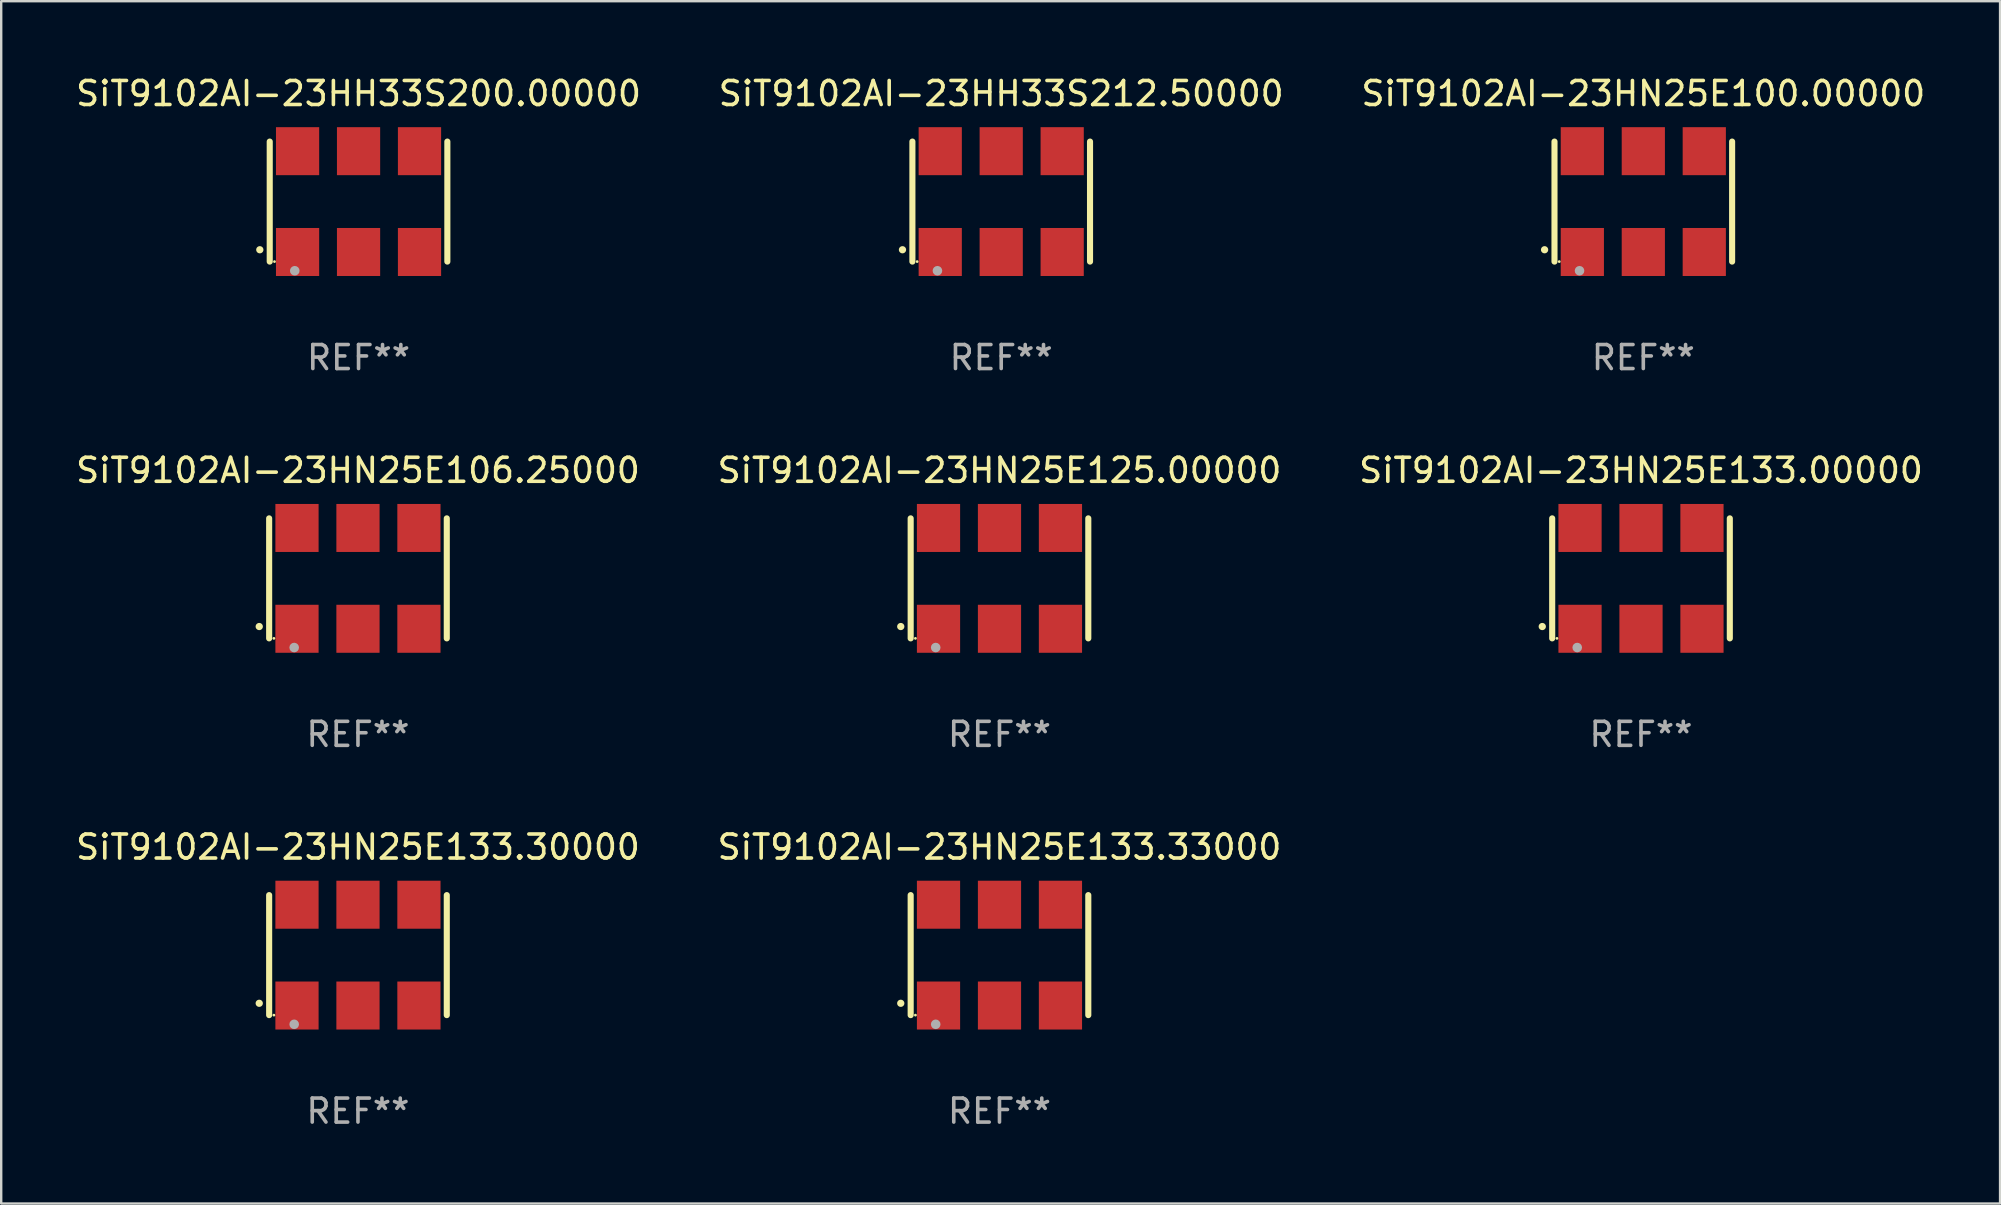
<source format=kicad_pcb>
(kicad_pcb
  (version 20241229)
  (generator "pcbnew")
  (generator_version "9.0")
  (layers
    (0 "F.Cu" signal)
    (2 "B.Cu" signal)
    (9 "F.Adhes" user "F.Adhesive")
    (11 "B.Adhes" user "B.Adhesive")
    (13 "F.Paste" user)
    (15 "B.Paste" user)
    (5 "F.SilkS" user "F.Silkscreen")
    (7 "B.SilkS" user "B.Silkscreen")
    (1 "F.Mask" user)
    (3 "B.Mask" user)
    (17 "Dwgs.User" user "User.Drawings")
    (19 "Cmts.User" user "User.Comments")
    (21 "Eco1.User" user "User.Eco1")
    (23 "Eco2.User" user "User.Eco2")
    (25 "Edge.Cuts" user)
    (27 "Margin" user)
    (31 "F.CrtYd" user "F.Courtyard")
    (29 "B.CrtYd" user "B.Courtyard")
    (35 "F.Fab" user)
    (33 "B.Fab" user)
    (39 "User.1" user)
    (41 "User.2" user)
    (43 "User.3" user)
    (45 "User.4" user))
  (footprint "SiT9102AI-23HN25E106.25000"
    (layer "F.Cu")
    (at 11.863 21.045)
    (property "Reference" "SiT9102AI-23HN25E106.25000" (at 0 -4.5 0) (layer "F.SilkS") (effects (font (size 1 1) (thickness 0.15))))
    (attr through_hole)
    (fp_line (start -3.7 -2.5) (end -3.7 2.5) (stroke (width 0.254) (type solid)) (layer "F.SilkS"))
    (fp_line (start 3.7 -2.5) (end 3.7 2.5) (stroke (width 0.254) (type solid)) (layer "F.SilkS"))
    (fp_arc (start -4.114415 2.006604) (mid -4.113145 2.006599) (end -4.111875 2.006604) (stroke (width 0.3) (type solid)) (layer "F.SilkS"))
    (fp_circle (center -3.502 2.5) (end -3.472 2.5) (stroke (width 0.06) (type solid)) (fill no) (layer "F.SilkS"))
    (fp_circle (center -2.657 2.882) (end -2.557 2.882) (stroke (width 0.2) (type solid)) (fill no) (layer "F.Fab"))
    (fp_text user "REF**" (at 0 6.5 0) (layer "F.Fab") (effects (font (size 1 1) (thickness 0.15))))
    (pad "1" smd rect (at -2.54 2.1) (size 1.8 2) (layers "F.Cu" "F.Mask" "F.Paste"))
    (pad "2" smd rect (at 0.000394 2.1) (size 1.8 2) (layers "F.Cu" "F.Mask" "F.Paste"))
    (pad "3" smd rect (at 2.54 2.1) (size 1.8 2) (layers "F.Cu" "F.Mask" "F.Paste"))
    (pad "4" smd rect (at 2.54 -2.1) (size 1.8 2) (layers "F.Cu" "F.Mask" "F.Paste"))
    (pad "5" smd rect (at 0.000394 -2.1) (size 1.8 2) (layers "F.Cu" "F.Mask" "F.Paste"))
    (pad "6" smd rect (at -2.54 -2.1) (size 1.8 2) (layers "F.Cu" "F.Mask" "F.Paste")))
  (footprint "SiT9102AI-23HH33S212.50000"
    (layer "F.Cu")
    (at 38.661 5.348)
    (property "Reference" "SiT9102AI-23HH33S212.50000" (at 0 -4.5 0) (layer "F.SilkS") (effects (font (size 1 1) (thickness 0.15))))
    (attr through_hole)
    (fp_line (start -3.7 -2.5) (end -3.7 2.5) (stroke (width 0.254) (type solid)) (layer "F.SilkS"))
    (fp_line (start 3.7 -2.5) (end 3.7 2.5) (stroke (width 0.254) (type solid)) (layer "F.SilkS"))
    (fp_arc (start -4.114415 2.006604) (mid -4.113145 2.006599) (end -4.111875 2.006604) (stroke (width 0.3) (type solid)) (layer "F.SilkS"))
    (fp_circle (center -3.502 2.5) (end -3.472 2.5) (stroke (width 0.06) (type solid)) (fill no) (layer "F.SilkS"))
    (fp_circle (center -2.657 2.882) (end -2.557 2.882) (stroke (width 0.2) (type solid)) (fill no) (layer "F.Fab"))
    (fp_text user "REF**" (at 0 6.5 0) (layer "F.Fab") (effects (font (size 1 1) (thickness 0.15))))
    (pad "1" smd rect (at -2.54 2.1) (size 1.8 2) (layers "F.Cu" "F.Mask" "F.Paste"))
    (pad "2" smd rect (at 0.000394 2.1) (size 1.8 2) (layers "F.Cu" "F.Mask" "F.Paste"))
    (pad "3" smd rect (at 2.54 2.1) (size 1.8 2) (layers "F.Cu" "F.Mask" "F.Paste"))
    (pad "4" smd rect (at 2.54 -2.1) (size 1.8 2) (layers "F.Cu" "F.Mask" "F.Paste"))
    (pad "5" smd rect (at 0.000394 -2.1) (size 1.8 2) (layers "F.Cu" "F.Mask" "F.Paste"))
    (pad "6" smd rect (at -2.54 -2.1) (size 1.8 2) (layers "F.Cu" "F.Mask" "F.Paste")))
  (footprint "SiT9102AI-23HN25E133.30000"
    (layer "F.Cu")
    (at 11.863 36.741)
    (property "Reference" "SiT9102AI-23HN25E133.30000" (at 0 -4.5 0) (layer "F.SilkS") (effects (font (size 1 1) (thickness 0.15))))
    (attr through_hole)
    (fp_line (start -3.7 -2.5) (end -3.7 2.5) (stroke (width 0.254) (type solid)) (layer "F.SilkS"))
    (fp_line (start 3.7 -2.5) (end 3.7 2.5) (stroke (width 0.254) (type solid)) (layer "F.SilkS"))
    (fp_arc (start -4.114415 2.006604) (mid -4.113145 2.006599) (end -4.111875 2.006604) (stroke (width 0.3) (type solid)) (layer "F.SilkS"))
    (fp_circle (center -3.502 2.5) (end -3.472 2.5) (stroke (width 0.06) (type solid)) (fill no) (layer "F.SilkS"))
    (fp_circle (center -2.657 2.882) (end -2.557 2.882) (stroke (width 0.2) (type solid)) (fill no) (layer "F.Fab"))
    (fp_text user "REF**" (at 0 6.5 0) (layer "F.Fab") (effects (font (size 1 1) (thickness 0.15))))
    (pad "1" smd rect (at -2.54 2.1) (size 1.8 2) (layers "F.Cu" "F.Mask" "F.Paste"))
    (pad "2" smd rect (at 0.000394 2.1) (size 1.8 2) (layers "F.Cu" "F.Mask" "F.Paste"))
    (pad "3" smd rect (at 2.54 2.1) (size 1.8 2) (layers "F.Cu" "F.Mask" "F.Paste"))
    (pad "4" smd rect (at 2.54 -2.1) (size 1.8 2) (layers "F.Cu" "F.Mask" "F.Paste"))
    (pad "5" smd rect (at 0.000394 -2.1) (size 1.8 2) (layers "F.Cu" "F.Mask" "F.Paste"))
    (pad "6" smd rect (at -2.54 -2.1) (size 1.8 2) (layers "F.Cu" "F.Mask" "F.Paste")))
  (footprint "SiT9102AI-23HN25E133.33000"
    (layer "F.Cu")
    (at 38.589 36.741)
    (property "Reference" "SiT9102AI-23HN25E133.33000" (at 0 -4.5 0) (layer "F.SilkS") (effects (font (size 1 1) (thickness 0.15))))
    (attr through_hole)
    (fp_line (start -3.7 -2.5) (end -3.7 2.5) (stroke (width 0.254) (type solid)) (layer "F.SilkS"))
    (fp_line (start 3.7 -2.5) (end 3.7 2.5) (stroke (width 0.254) (type solid)) (layer "F.SilkS"))
    (fp_arc (start -4.114415 2.006604) (mid -4.113145 2.006599) (end -4.111875 2.006604) (stroke (width 0.3) (type solid)) (layer "F.SilkS"))
    (fp_circle (center -3.502 2.5) (end -3.472 2.5) (stroke (width 0.06) (type solid)) (fill no) (layer "F.SilkS"))
    (fp_circle (center -2.657 2.882) (end -2.557 2.882) (stroke (width 0.2) (type solid)) (fill no) (layer "F.Fab"))
    (fp_text user "REF**" (at 0 6.5 0) (layer "F.Fab") (effects (font (size 1 1) (thickness 0.15))))
    (pad "1" smd rect (at -2.54 2.1) (size 1.8 2) (layers "F.Cu" "F.Mask" "F.Paste"))
    (pad "2" smd rect (at 0.000394 2.1) (size 1.8 2) (layers "F.Cu" "F.Mask" "F.Paste"))
    (pad "3" smd rect (at 2.54 2.1) (size 1.8 2) (layers "F.Cu" "F.Mask" "F.Paste"))
    (pad "4" smd rect (at 2.54 -2.1) (size 1.8 2) (layers "F.Cu" "F.Mask" "F.Paste"))
    (pad "5" smd rect (at 0.000394 -2.1) (size 1.8 2) (layers "F.Cu" "F.Mask" "F.Paste"))
    (pad "6" smd rect (at -2.54 -2.1) (size 1.8 2) (layers "F.Cu" "F.Mask" "F.Paste")))
  (footprint "SiT9102AI-23HN25E100.00000"
    (layer "F.Cu")
    (at 65.411 5.348)
    (property "Reference" "SiT9102AI-23HN25E100.00000" (at 0 -4.5 0) (layer "F.SilkS") (effects (font (size 1 1) (thickness 0.15))))
    (attr through_hole)
    (fp_line (start -3.7 -2.5) (end -3.7 2.5) (stroke (width 0.254) (type solid)) (layer "F.SilkS"))
    (fp_line (start 3.7 -2.5) (end 3.7 2.5) (stroke (width 0.254) (type solid)) (layer "F.SilkS"))
    (fp_arc (start -4.114415 2.006604) (mid -4.113145 2.006599) (end -4.111875 2.006604) (stroke (width 0.3) (type solid)) (layer "F.SilkS"))
    (fp_circle (center -3.502 2.5) (end -3.472 2.5) (stroke (width 0.06) (type solid)) (fill no) (layer "F.SilkS"))
    (fp_circle (center -2.657 2.882) (end -2.557 2.882) (stroke (width 0.2) (type solid)) (fill no) (layer "F.Fab"))
    (fp_text user "REF**" (at 0 6.5 0) (layer "F.Fab") (effects (font (size 1 1) (thickness 0.15))))
    (pad "1" smd rect (at -2.54 2.1) (size 1.8 2) (layers "F.Cu" "F.Mask" "F.Paste"))
    (pad "2" smd rect (at 0.000394 2.1) (size 1.8 2) (layers "F.Cu" "F.Mask" "F.Paste"))
    (pad "3" smd rect (at 2.54 2.1) (size 1.8 2) (layers "F.Cu" "F.Mask" "F.Paste"))
    (pad "4" smd rect (at 2.54 -2.1) (size 1.8 2) (layers "F.Cu" "F.Mask" "F.Paste"))
    (pad "5" smd rect (at 0.000394 -2.1) (size 1.8 2) (layers "F.Cu" "F.Mask" "F.Paste"))
    (pad "6" smd rect (at -2.54 -2.1) (size 1.8 2) (layers "F.Cu" "F.Mask" "F.Paste")))
  (footprint "SiT9102AI-23HH33S200.00000"
    (layer "F.Cu")
    (at 11.887 5.348)
    (property "Reference" "SiT9102AI-23HH33S200.00000" (at 0 -4.5 0) (layer "F.SilkS") (effects (font (size 1 1) (thickness 0.15))))
    (attr through_hole)
    (fp_line (start -3.7 -2.5) (end -3.7 2.5) (stroke (width 0.254) (type solid)) (layer "F.SilkS"))
    (fp_line (start 3.7 -2.5) (end 3.7 2.5) (stroke (width 0.254) (type solid)) (layer "F.SilkS"))
    (fp_arc (start -4.114415 2.006604) (mid -4.113145 2.006599) (end -4.111875 2.006604) (stroke (width 0.3) (type solid)) (layer "F.SilkS"))
    (fp_circle (center -3.502 2.5) (end -3.472 2.5) (stroke (width 0.06) (type solid)) (fill no) (layer "F.SilkS"))
    (fp_circle (center -2.657 2.882) (end -2.557 2.882) (stroke (width 0.2) (type solid)) (fill no) (layer "F.Fab"))
    (fp_text user "REF**" (at 0 6.5 0) (layer "F.Fab") (effects (font (size 1 1) (thickness 0.15))))
    (pad "1" smd rect (at -2.54 2.1) (size 1.8 2) (layers "F.Cu" "F.Mask" "F.Paste"))
    (pad "2" smd rect (at 0.000394 2.1) (size 1.8 2) (layers "F.Cu" "F.Mask" "F.Paste"))
    (pad "3" smd rect (at 2.54 2.1) (size 1.8 2) (layers "F.Cu" "F.Mask" "F.Paste"))
    (pad "4" smd rect (at 2.54 -2.1) (size 1.8 2) (layers "F.Cu" "F.Mask" "F.Paste"))
    (pad "5" smd rect (at 0.000394 -2.1) (size 1.8 2) (layers "F.Cu" "F.Mask" "F.Paste"))
    (pad "6" smd rect (at -2.54 -2.1) (size 1.8 2) (layers "F.Cu" "F.Mask" "F.Paste")))
  (footprint "SiT9102AI-23HN25E125.00000"
    (layer "F.Cu")
    (at 38.589 21.045)
    (property "Reference" "SiT9102AI-23HN25E125.00000" (at 0 -4.5 0) (layer "F.SilkS") (effects (font (size 1 1) (thickness 0.15))))
    (attr through_hole)
    (fp_line (start -3.7 -2.5) (end -3.7 2.5) (stroke (width 0.254) (type solid)) (layer "F.SilkS"))
    (fp_line (start 3.7 -2.5) (end 3.7 2.5) (stroke (width 0.254) (type solid)) (layer "F.SilkS"))
    (fp_arc (start -4.114415 2.006604) (mid -4.113145 2.006599) (end -4.111875 2.006604) (stroke (width 0.3) (type solid)) (layer "F.SilkS"))
    (fp_circle (center -3.502 2.5) (end -3.472 2.5) (stroke (width 0.06) (type solid)) (fill no) (layer "F.SilkS"))
    (fp_circle (center -2.657 2.882) (end -2.557 2.882) (stroke (width 0.2) (type solid)) (fill no) (layer "F.Fab"))
    (fp_text user "REF**" (at 0 6.5 0) (layer "F.Fab") (effects (font (size 1 1) (thickness 0.15))))
    (pad "1" smd rect (at -2.54 2.1) (size 1.8 2) (layers "F.Cu" "F.Mask" "F.Paste"))
    (pad "2" smd rect (at 0.000394 2.1) (size 1.8 2) (layers "F.Cu" "F.Mask" "F.Paste"))
    (pad "3" smd rect (at 2.54 2.1) (size 1.8 2) (layers "F.Cu" "F.Mask" "F.Paste"))
    (pad "4" smd rect (at 2.54 -2.1) (size 1.8 2) (layers "F.Cu" "F.Mask" "F.Paste"))
    (pad "5" smd rect (at 0.000394 -2.1) (size 1.8 2) (layers "F.Cu" "F.Mask" "F.Paste"))
    (pad "6" smd rect (at -2.54 -2.1) (size 1.8 2) (layers "F.Cu" "F.Mask" "F.Paste")))
  (footprint "SiT9102AI-23HN25E133.00000"
    (layer "F.Cu")
    (at 65.315 21.045)
    (property "Reference" "SiT9102AI-23HN25E133.00000" (at 0 -4.5 0) (layer "F.SilkS") (effects (font (size 1 1) (thickness 0.15))))
    (attr through_hole)
    (fp_line (start -3.7 -2.5) (end -3.7 2.5) (stroke (width 0.254) (type solid)) (layer "F.SilkS"))
    (fp_line (start 3.7 -2.5) (end 3.7 2.5) (stroke (width 0.254) (type solid)) (layer "F.SilkS"))
    (fp_arc (start -4.114415 2.006604) (mid -4.113145 2.006599) (end -4.111875 2.006604) (stroke (width 0.3) (type solid)) (layer "F.SilkS"))
    (fp_circle (center -3.502 2.5) (end -3.472 2.5) (stroke (width 0.06) (type solid)) (fill no) (layer "F.SilkS"))
    (fp_circle (center -2.657 2.882) (end -2.557 2.882) (stroke (width 0.2) (type solid)) (fill no) (layer "F.Fab"))
    (fp_text user "REF**" (at 0 6.5 0) (layer "F.Fab") (effects (font (size 1 1) (thickness 0.15))))
    (pad "1" smd rect (at -2.54 2.1) (size 1.8 2) (layers "F.Cu" "F.Mask" "F.Paste"))
    (pad "2" smd rect (at 0.000394 2.1) (size 1.8 2) (layers "F.Cu" "F.Mask" "F.Paste"))
    (pad "3" smd rect (at 2.54 2.1) (size 1.8 2) (layers "F.Cu" "F.Mask" "F.Paste"))
    (pad "4" smd rect (at 2.54 -2.1) (size 1.8 2) (layers "F.Cu" "F.Mask" "F.Paste"))
    (pad "5" smd rect (at 0.000394 -2.1) (size 1.8 2) (layers "F.Cu" "F.Mask" "F.Paste"))
    (pad "6" smd rect (at -2.54 -2.1) (size 1.8 2) (layers "F.Cu" "F.Mask" "F.Paste")))
  (gr_rect
    (start -3 -3)
    (end 80.274 47.09)
    (stroke (width 0.1) (type default))
    (fill no)
    (layer "Edge.Cuts")))
</source>
